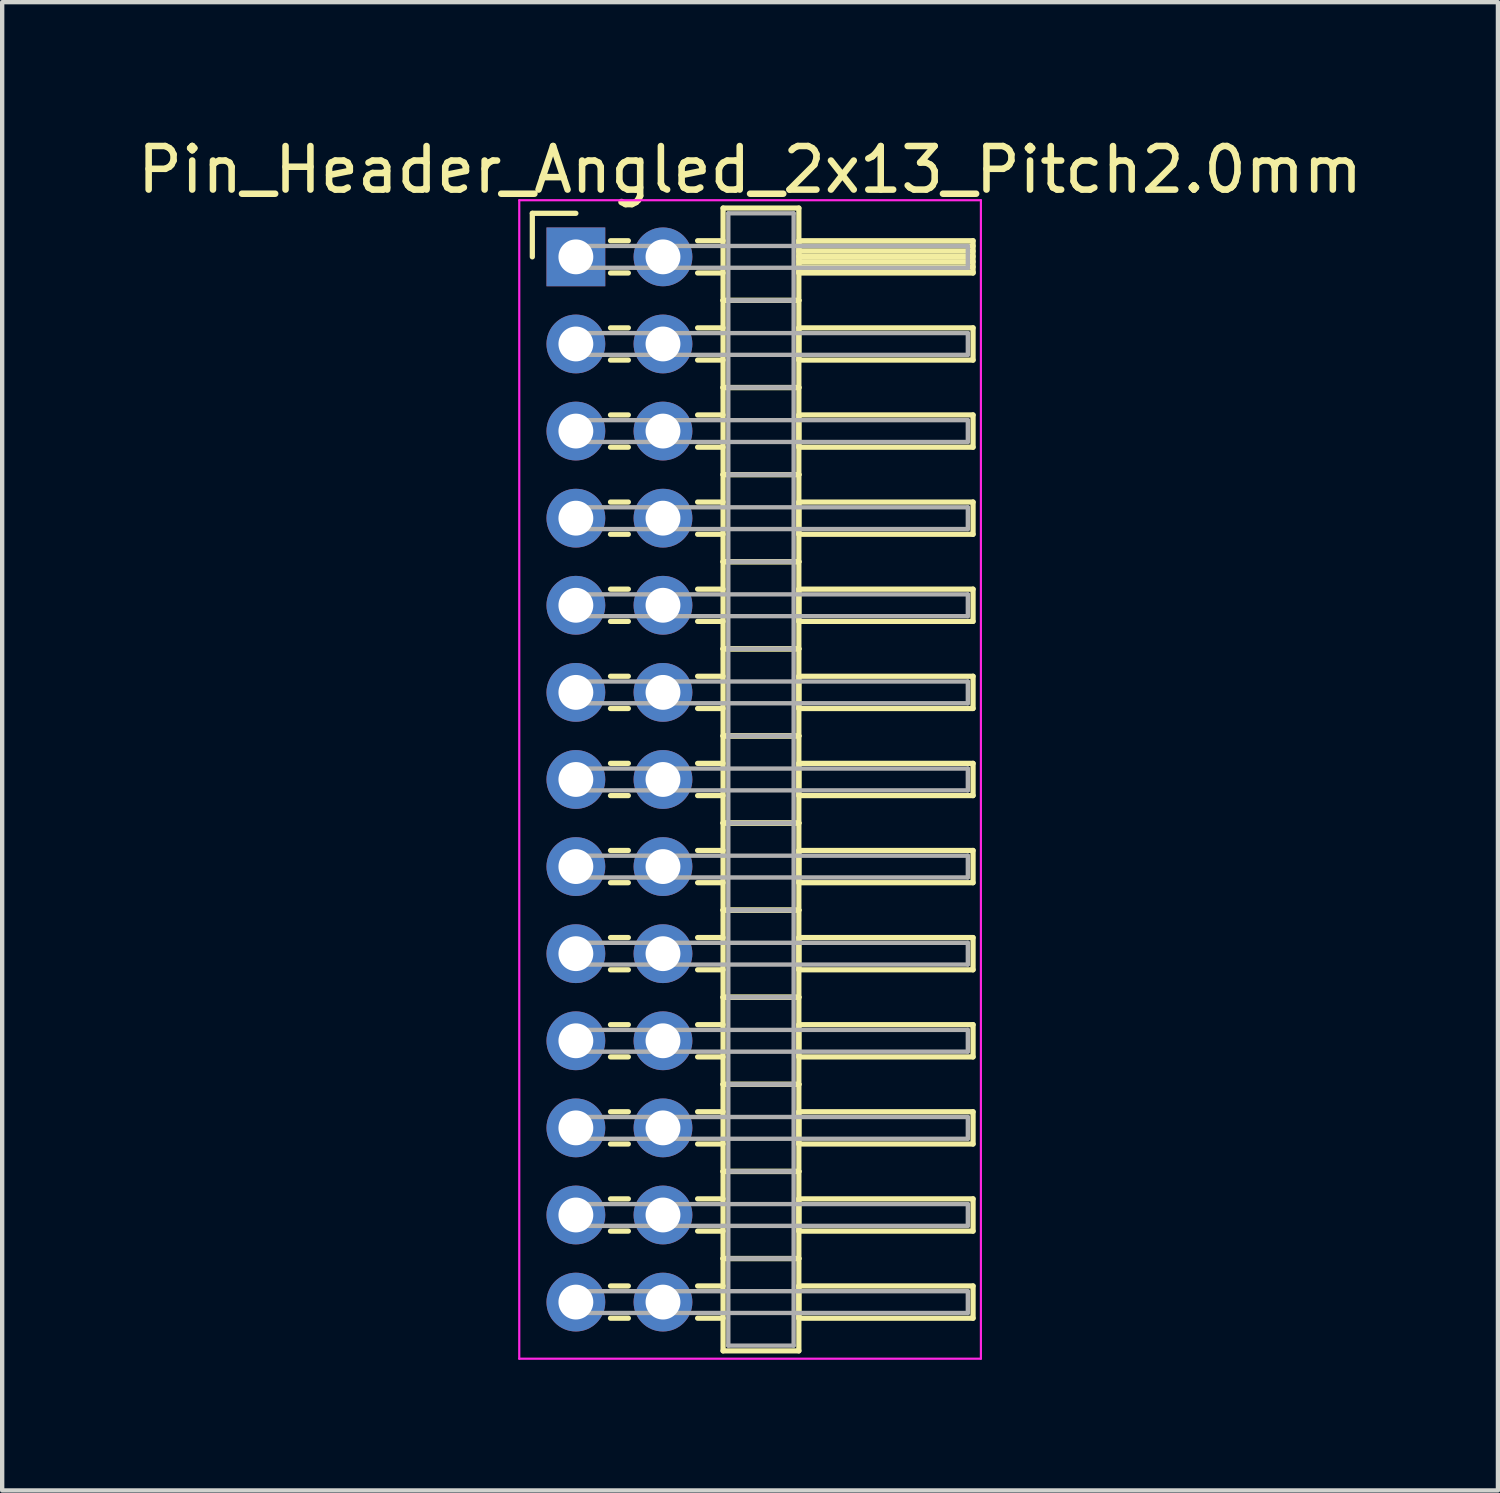
<source format=kicad_pcb>
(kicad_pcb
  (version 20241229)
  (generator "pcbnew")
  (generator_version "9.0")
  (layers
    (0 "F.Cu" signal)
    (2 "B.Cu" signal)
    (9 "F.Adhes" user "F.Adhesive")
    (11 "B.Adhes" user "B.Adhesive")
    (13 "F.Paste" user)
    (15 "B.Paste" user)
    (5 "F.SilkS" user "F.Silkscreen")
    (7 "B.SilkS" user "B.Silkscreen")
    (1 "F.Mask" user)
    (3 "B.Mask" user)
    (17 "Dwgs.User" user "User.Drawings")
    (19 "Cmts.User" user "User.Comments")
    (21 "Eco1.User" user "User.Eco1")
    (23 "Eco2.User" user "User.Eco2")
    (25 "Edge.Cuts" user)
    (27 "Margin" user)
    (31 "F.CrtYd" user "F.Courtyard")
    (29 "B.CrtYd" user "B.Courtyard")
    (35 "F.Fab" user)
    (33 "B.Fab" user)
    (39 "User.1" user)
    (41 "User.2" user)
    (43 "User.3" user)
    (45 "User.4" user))
  (footprint "Pin_Header_Angled_2x13_Pitch2.0mm"
    (layer "F.Cu")
    (at 10.173 2.848)
    (property "Reference" "Pin_Header_Angled_2x13_Pitch2.0mm" (at 4 -2 0) (layer "F.SilkS") (effects (font (size 1 1) (thickness 0.15))))
    (attr through_hole)
    (fp_line (start -1 -1) (end 0 -1) (stroke (width 0.12) (type solid)) (layer "F.SilkS"))
    (fp_line (start -1 0) (end -1 -1) (stroke (width 0.12) (type solid)) (layer "F.SilkS"))
    (fp_line (start 0.795 -0.37) (end 1.205 -0.37) (stroke (width 0.12) (type solid)) (layer "F.SilkS"))
    (fp_line (start 0.795 0.37) (end 1.205 0.37) (stroke (width 0.12) (type solid)) (layer "F.SilkS"))
    (fp_line (start 0.795 1.63) (end 1.205 1.63) (stroke (width 0.12) (type solid)) (layer "F.SilkS"))
    (fp_line (start 0.795 2.37) (end 1.205 2.37) (stroke (width 0.12) (type solid)) (layer "F.SilkS"))
    (fp_line (start 0.795 3.63) (end 1.205 3.63) (stroke (width 0.12) (type solid)) (layer "F.SilkS"))
    (fp_line (start 0.795 4.37) (end 1.205 4.37) (stroke (width 0.12) (type solid)) (layer "F.SilkS"))
    (fp_line (start 0.795 5.63) (end 1.205 5.63) (stroke (width 0.12) (type solid)) (layer "F.SilkS"))
    (fp_line (start 0.795 6.37) (end 1.205 6.37) (stroke (width 0.12) (type solid)) (layer "F.SilkS"))
    (fp_line (start 0.795 7.63) (end 1.205 7.63) (stroke (width 0.12) (type solid)) (layer "F.SilkS"))
    (fp_line (start 0.795 8.37) (end 1.205 8.37) (stroke (width 0.12) (type solid)) (layer "F.SilkS"))
    (fp_line (start 0.795 9.63) (end 1.205 9.63) (stroke (width 0.12) (type solid)) (layer "F.SilkS"))
    (fp_line (start 0.795 10.37) (end 1.205 10.37) (stroke (width 0.12) (type solid)) (layer "F.SilkS"))
    (fp_line (start 0.795 11.63) (end 1.205 11.63) (stroke (width 0.12) (type solid)) (layer "F.SilkS"))
    (fp_line (start 0.795 12.37) (end 1.205 12.37) (stroke (width 0.12) (type solid)) (layer "F.SilkS"))
    (fp_line (start 0.795 13.63) (end 1.205 13.63) (stroke (width 0.12) (type solid)) (layer "F.SilkS"))
    (fp_line (start 0.795 14.37) (end 1.205 14.37) (stroke (width 0.12) (type solid)) (layer "F.SilkS"))
    (fp_line (start 0.795 15.63) (end 1.205 15.63) (stroke (width 0.12) (type solid)) (layer "F.SilkS"))
    (fp_line (start 0.795 16.37) (end 1.205 16.37) (stroke (width 0.12) (type solid)) (layer "F.SilkS"))
    (fp_line (start 0.795 17.63) (end 1.205 17.63) (stroke (width 0.12) (type solid)) (layer "F.SilkS"))
    (fp_line (start 0.795 18.37) (end 1.205 18.37) (stroke (width 0.12) (type solid)) (layer "F.SilkS"))
    (fp_line (start 0.795 19.63) (end 1.205 19.63) (stroke (width 0.12) (type solid)) (layer "F.SilkS"))
    (fp_line (start 0.795 20.37) (end 1.205 20.37) (stroke (width 0.12) (type solid)) (layer "F.SilkS"))
    (fp_line (start 0.795 21.63) (end 1.205 21.63) (stroke (width 0.12) (type solid)) (layer "F.SilkS"))
    (fp_line (start 0.795 22.37) (end 1.205 22.37) (stroke (width 0.12) (type solid)) (layer "F.SilkS"))
    (fp_line (start 0.795 23.63) (end 1.205 23.63) (stroke (width 0.12) (type solid)) (layer "F.SilkS"))
    (fp_line (start 0.795 24.37) (end 1.205 24.37) (stroke (width 0.12) (type solid)) (layer "F.SilkS"))
    (fp_line (start 2.795 -0.37) (end 3.38 -0.37) (stroke (width 0.12) (type solid)) (layer "F.SilkS"))
    (fp_line (start 2.795 0.37) (end 3.38 0.37) (stroke (width 0.12) (type solid)) (layer "F.SilkS"))
    (fp_line (start 2.795 1.63) (end 3.38 1.63) (stroke (width 0.12) (type solid)) (layer "F.SilkS"))
    (fp_line (start 2.795 2.37) (end 3.38 2.37) (stroke (width 0.12) (type solid)) (layer "F.SilkS"))
    (fp_line (start 2.795 3.63) (end 3.38 3.63) (stroke (width 0.12) (type solid)) (layer "F.SilkS"))
    (fp_line (start 2.795 4.37) (end 3.38 4.37) (stroke (width 0.12) (type solid)) (layer "F.SilkS"))
    (fp_line (start 2.795 5.63) (end 3.38 5.63) (stroke (width 0.12) (type solid)) (layer "F.SilkS"))
    (fp_line (start 2.795 6.37) (end 3.38 6.37) (stroke (width 0.12) (type solid)) (layer "F.SilkS"))
    (fp_line (start 2.795 7.63) (end 3.38 7.63) (stroke (width 0.12) (type solid)) (layer "F.SilkS"))
    (fp_line (start 2.795 8.37) (end 3.38 8.37) (stroke (width 0.12) (type solid)) (layer "F.SilkS"))
    (fp_line (start 2.795 9.63) (end 3.38 9.63) (stroke (width 0.12) (type solid)) (layer "F.SilkS"))
    (fp_line (start 2.795 10.37) (end 3.38 10.37) (stroke (width 0.12) (type solid)) (layer "F.SilkS"))
    (fp_line (start 2.795 11.63) (end 3.38 11.63) (stroke (width 0.12) (type solid)) (layer "F.SilkS"))
    (fp_line (start 2.795 12.37) (end 3.38 12.37) (stroke (width 0.12) (type solid)) (layer "F.SilkS"))
    (fp_line (start 2.795 13.63) (end 3.38 13.63) (stroke (width 0.12) (type solid)) (layer "F.SilkS"))
    (fp_line (start 2.795 14.37) (end 3.38 14.37) (stroke (width 0.12) (type solid)) (layer "F.SilkS"))
    (fp_line (start 2.795 15.63) (end 3.38 15.63) (stroke (width 0.12) (type solid)) (layer "F.SilkS"))
    (fp_line (start 2.795 16.37) (end 3.38 16.37) (stroke (width 0.12) (type solid)) (layer "F.SilkS"))
    (fp_line (start 2.795 17.63) (end 3.38 17.63) (stroke (width 0.12) (type solid)) (layer "F.SilkS"))
    (fp_line (start 2.795 18.37) (end 3.38 18.37) (stroke (width 0.12) (type solid)) (layer "F.SilkS"))
    (fp_line (start 2.795 19.63) (end 3.38 19.63) (stroke (width 0.12) (type solid)) (layer "F.SilkS"))
    (fp_line (start 2.795 20.37) (end 3.38 20.37) (stroke (width 0.12) (type solid)) (layer "F.SilkS"))
    (fp_line (start 2.795 21.63) (end 3.38 21.63) (stroke (width 0.12) (type solid)) (layer "F.SilkS"))
    (fp_line (start 2.795 22.37) (end 3.38 22.37) (stroke (width 0.12) (type solid)) (layer "F.SilkS"))
    (fp_line (start 2.795 23.63) (end 3.38 23.63) (stroke (width 0.12) (type solid)) (layer "F.SilkS"))
    (fp_line (start 2.795 24.37) (end 3.38 24.37) (stroke (width 0.12) (type solid)) (layer "F.SilkS"))
    (fp_line (start 3.38 -1.12) (end 3.38 1) (stroke (width 0.12) (type solid)) (layer "F.SilkS"))
    (fp_line (start 3.38 1) (end 3.38 3) (stroke (width 0.12) (type solid)) (layer "F.SilkS"))
    (fp_line (start 3.38 1) (end 5.12 1) (stroke (width 0.12) (type solid)) (layer "F.SilkS"))
    (fp_line (start 3.38 3) (end 3.38 5) (stroke (width 0.12) (type solid)) (layer "F.SilkS"))
    (fp_line (start 3.38 3) (end 5.12 3) (stroke (width 0.12) (type solid)) (layer "F.SilkS"))
    (fp_line (start 3.38 5) (end 3.38 7) (stroke (width 0.12) (type solid)) (layer "F.SilkS"))
    (fp_line (start 3.38 5) (end 5.12 5) (stroke (width 0.12) (type solid)) (layer "F.SilkS"))
    (fp_line (start 3.38 7) (end 3.38 9) (stroke (width 0.12) (type solid)) (layer "F.SilkS"))
    (fp_line (start 3.38 7) (end 5.12 7) (stroke (width 0.12) (type solid)) (layer "F.SilkS"))
    (fp_line (start 3.38 9) (end 3.38 11) (stroke (width 0.12) (type solid)) (layer "F.SilkS"))
    (fp_line (start 3.38 9) (end 5.12 9) (stroke (width 0.12) (type solid)) (layer "F.SilkS"))
    (fp_line (start 3.38 11) (end 3.38 13) (stroke (width 0.12) (type solid)) (layer "F.SilkS"))
    (fp_line (start 3.38 11) (end 5.12 11) (stroke (width 0.12) (type solid)) (layer "F.SilkS"))
    (fp_line (start 3.38 13) (end 3.38 15) (stroke (width 0.12) (type solid)) (layer "F.SilkS"))
    (fp_line (start 3.38 13) (end 5.12 13) (stroke (width 0.12) (type solid)) (layer "F.SilkS"))
    (fp_line (start 3.38 15) (end 3.38 17) (stroke (width 0.12) (type solid)) (layer "F.SilkS"))
    (fp_line (start 3.38 15) (end 5.12 15) (stroke (width 0.12) (type solid)) (layer "F.SilkS"))
    (fp_line (start 3.38 17) (end 3.38 19) (stroke (width 0.12) (type solid)) (layer "F.SilkS"))
    (fp_line (start 3.38 17) (end 5.12 17) (stroke (width 0.12) (type solid)) (layer "F.SilkS"))
    (fp_line (start 3.38 19) (end 3.38 21) (stroke (width 0.12) (type solid)) (layer "F.SilkS"))
    (fp_line (start 3.38 19) (end 5.12 19) (stroke (width 0.12) (type solid)) (layer "F.SilkS"))
    (fp_line (start 3.38 21) (end 3.38 23) (stroke (width 0.12) (type solid)) (layer "F.SilkS"))
    (fp_line (start 3.38 21) (end 5.12 21) (stroke (width 0.12) (type solid)) (layer "F.SilkS"))
    (fp_line (start 3.38 23) (end 3.38 25.12) (stroke (width 0.12) (type solid)) (layer "F.SilkS"))
    (fp_line (start 3.38 23) (end 5.12 23) (stroke (width 0.12) (type solid)) (layer "F.SilkS"))
    (fp_line (start 3.38 25.12) (end 5.12 25.12) (stroke (width 0.12) (type solid)) (layer "F.SilkS"))
    (fp_line (start 5.12 -1.12) (end 3.38 -1.12) (stroke (width 0.12) (type solid)) (layer "F.SilkS"))
    (fp_line (start 5.12 -0.37) (end 5.12 0.37) (stroke (width 0.12) (type solid)) (layer "F.SilkS"))
    (fp_line (start 5.12 -0.25) (end 9.12 -0.25) (stroke (width 0.12) (type solid)) (layer "F.SilkS"))
    (fp_line (start 5.12 -0.13) (end 9.12 -0.13) (stroke (width 0.12) (type solid)) (layer "F.SilkS"))
    (fp_line (start 5.12 -0.01) (end 9.12 -0.01) (stroke (width 0.12) (type solid)) (layer "F.SilkS"))
    (fp_line (start 5.12 0.11) (end 9.12 0.11) (stroke (width 0.12) (type solid)) (layer "F.SilkS"))
    (fp_line (start 5.12 0.23) (end 9.12 0.23) (stroke (width 0.12) (type solid)) (layer "F.SilkS"))
    (fp_line (start 5.12 0.35) (end 9.12 0.35) (stroke (width 0.12) (type solid)) (layer "F.SilkS"))
    (fp_line (start 5.12 0.37) (end 9.12 0.37) (stroke (width 0.12) (type solid)) (layer "F.SilkS"))
    (fp_line (start 5.12 1) (end 3.38 1) (stroke (width 0.12) (type solid)) (layer "F.SilkS"))
    (fp_line (start 5.12 1) (end 5.12 -1.12) (stroke (width 0.12) (type solid)) (layer "F.SilkS"))
    (fp_line (start 5.12 1.63) (end 5.12 2.37) (stroke (width 0.12) (type solid)) (layer "F.SilkS"))
    (fp_line (start 5.12 2.37) (end 9.12 2.37) (stroke (width 0.12) (type solid)) (layer "F.SilkS"))
    (fp_line (start 5.12 3) (end 3.38 3) (stroke (width 0.12) (type solid)) (layer "F.SilkS"))
    (fp_line (start 5.12 3) (end 5.12 1) (stroke (width 0.12) (type solid)) (layer "F.SilkS"))
    (fp_line (start 5.12 3.63) (end 5.12 4.37) (stroke (width 0.12) (type solid)) (layer "F.SilkS"))
    (fp_line (start 5.12 4.37) (end 9.12 4.37) (stroke (width 0.12) (type solid)) (layer "F.SilkS"))
    (fp_line (start 5.12 5) (end 3.38 5) (stroke (width 0.12) (type solid)) (layer "F.SilkS"))
    (fp_line (start 5.12 5) (end 5.12 3) (stroke (width 0.12) (type solid)) (layer "F.SilkS"))
    (fp_line (start 5.12 5.63) (end 5.12 6.37) (stroke (width 0.12) (type solid)) (layer "F.SilkS"))
    (fp_line (start 5.12 6.37) (end 9.12 6.37) (stroke (width 0.12) (type solid)) (layer "F.SilkS"))
    (fp_line (start 5.12 7) (end 3.38 7) (stroke (width 0.12) (type solid)) (layer "F.SilkS"))
    (fp_line (start 5.12 7) (end 5.12 5) (stroke (width 0.12) (type solid)) (layer "F.SilkS"))
    (fp_line (start 5.12 7.63) (end 5.12 8.37) (stroke (width 0.12) (type solid)) (layer "F.SilkS"))
    (fp_line (start 5.12 8.37) (end 9.12 8.37) (stroke (width 0.12) (type solid)) (layer "F.SilkS"))
    (fp_line (start 5.12 9) (end 3.38 9) (stroke (width 0.12) (type solid)) (layer "F.SilkS"))
    (fp_line (start 5.12 9) (end 5.12 7) (stroke (width 0.12) (type solid)) (layer "F.SilkS"))
    (fp_line (start 5.12 9.63) (end 5.12 10.37) (stroke (width 0.12) (type solid)) (layer "F.SilkS"))
    (fp_line (start 5.12 10.37) (end 9.12 10.37) (stroke (width 0.12) (type solid)) (layer "F.SilkS"))
    (fp_line (start 5.12 11) (end 3.38 11) (stroke (width 0.12) (type solid)) (layer "F.SilkS"))
    (fp_line (start 5.12 11) (end 5.12 9) (stroke (width 0.12) (type solid)) (layer "F.SilkS"))
    (fp_line (start 5.12 11.63) (end 5.12 12.37) (stroke (width 0.12) (type solid)) (layer "F.SilkS"))
    (fp_line (start 5.12 12.37) (end 9.12 12.37) (stroke (width 0.12) (type solid)) (layer "F.SilkS"))
    (fp_line (start 5.12 13) (end 3.38 13) (stroke (width 0.12) (type solid)) (layer "F.SilkS"))
    (fp_line (start 5.12 13) (end 5.12 11) (stroke (width 0.12) (type solid)) (layer "F.SilkS"))
    (fp_line (start 5.12 13.63) (end 5.12 14.37) (stroke (width 0.12) (type solid)) (layer "F.SilkS"))
    (fp_line (start 5.12 14.37) (end 9.12 14.37) (stroke (width 0.12) (type solid)) (layer "F.SilkS"))
    (fp_line (start 5.12 15) (end 3.38 15) (stroke (width 0.12) (type solid)) (layer "F.SilkS"))
    (fp_line (start 5.12 15) (end 5.12 13) (stroke (width 0.12) (type solid)) (layer "F.SilkS"))
    (fp_line (start 5.12 15.63) (end 5.12 16.37) (stroke (width 0.12) (type solid)) (layer "F.SilkS"))
    (fp_line (start 5.12 16.37) (end 9.12 16.37) (stroke (width 0.12) (type solid)) (layer "F.SilkS"))
    (fp_line (start 5.12 17) (end 3.38 17) (stroke (width 0.12) (type solid)) (layer "F.SilkS"))
    (fp_line (start 5.12 17) (end 5.12 15) (stroke (width 0.12) (type solid)) (layer "F.SilkS"))
    (fp_line (start 5.12 17.63) (end 5.12 18.37) (stroke (width 0.12) (type solid)) (layer "F.SilkS"))
    (fp_line (start 5.12 18.37) (end 9.12 18.37) (stroke (width 0.12) (type solid)) (layer "F.SilkS"))
    (fp_line (start 5.12 19) (end 3.38 19) (stroke (width 0.12) (type solid)) (layer "F.SilkS"))
    (fp_line (start 5.12 19) (end 5.12 17) (stroke (width 0.12) (type solid)) (layer "F.SilkS"))
    (fp_line (start 5.12 19.63) (end 5.12 20.37) (stroke (width 0.12) (type solid)) (layer "F.SilkS"))
    (fp_line (start 5.12 20.37) (end 9.12 20.37) (stroke (width 0.12) (type solid)) (layer "F.SilkS"))
    (fp_line (start 5.12 21) (end 3.38 21) (stroke (width 0.12) (type solid)) (layer "F.SilkS"))
    (fp_line (start 5.12 21) (end 5.12 19) (stroke (width 0.12) (type solid)) (layer "F.SilkS"))
    (fp_line (start 5.12 21.63) (end 5.12 22.37) (stroke (width 0.12) (type solid)) (layer "F.SilkS"))
    (fp_line (start 5.12 22.37) (end 9.12 22.37) (stroke (width 0.12) (type solid)) (layer "F.SilkS"))
    (fp_line (start 5.12 23) (end 3.38 23) (stroke (width 0.12) (type solid)) (layer "F.SilkS"))
    (fp_line (start 5.12 23) (end 5.12 21) (stroke (width 0.12) (type solid)) (layer "F.SilkS"))
    (fp_line (start 5.12 23.63) (end 5.12 24.37) (stroke (width 0.12) (type solid)) (layer "F.SilkS"))
    (fp_line (start 5.12 24.37) (end 9.12 24.37) (stroke (width 0.12) (type solid)) (layer "F.SilkS"))
    (fp_line (start 5.12 25.12) (end 5.12 23) (stroke (width 0.12) (type solid)) (layer "F.SilkS"))
    (fp_line (start 9.12 -0.37) (end 5.12 -0.37) (stroke (width 0.12) (type solid)) (layer "F.SilkS"))
    (fp_line (start 9.12 0.37) (end 9.12 -0.37) (stroke (width 0.12) (type solid)) (layer "F.SilkS"))
    (fp_line (start 9.12 1.63) (end 5.12 1.63) (stroke (width 0.12) (type solid)) (layer "F.SilkS"))
    (fp_line (start 9.12 2.37) (end 9.12 1.63) (stroke (width 0.12) (type solid)) (layer "F.SilkS"))
    (fp_line (start 9.12 3.63) (end 5.12 3.63) (stroke (width 0.12) (type solid)) (layer "F.SilkS"))
    (fp_line (start 9.12 4.37) (end 9.12 3.63) (stroke (width 0.12) (type solid)) (layer "F.SilkS"))
    (fp_line (start 9.12 5.63) (end 5.12 5.63) (stroke (width 0.12) (type solid)) (layer "F.SilkS"))
    (fp_line (start 9.12 6.37) (end 9.12 5.63) (stroke (width 0.12) (type solid)) (layer "F.SilkS"))
    (fp_line (start 9.12 7.63) (end 5.12 7.63) (stroke (width 0.12) (type solid)) (layer "F.SilkS"))
    (fp_line (start 9.12 8.37) (end 9.12 7.63) (stroke (width 0.12) (type solid)) (layer "F.SilkS"))
    (fp_line (start 9.12 9.63) (end 5.12 9.63) (stroke (width 0.12) (type solid)) (layer "F.SilkS"))
    (fp_line (start 9.12 10.37) (end 9.12 9.63) (stroke (width 0.12) (type solid)) (layer "F.SilkS"))
    (fp_line (start 9.12 11.63) (end 5.12 11.63) (stroke (width 0.12) (type solid)) (layer "F.SilkS"))
    (fp_line (start 9.12 12.37) (end 9.12 11.63) (stroke (width 0.12) (type solid)) (layer "F.SilkS"))
    (fp_line (start 9.12 13.63) (end 5.12 13.63) (stroke (width 0.12) (type solid)) (layer "F.SilkS"))
    (fp_line (start 9.12 14.37) (end 9.12 13.63) (stroke (width 0.12) (type solid)) (layer "F.SilkS"))
    (fp_line (start 9.12 15.63) (end 5.12 15.63) (stroke (width 0.12) (type solid)) (layer "F.SilkS"))
    (fp_line (start 9.12 16.37) (end 9.12 15.63) (stroke (width 0.12) (type solid)) (layer "F.SilkS"))
    (fp_line (start 9.12 17.63) (end 5.12 17.63) (stroke (width 0.12) (type solid)) (layer "F.SilkS"))
    (fp_line (start 9.12 18.37) (end 9.12 17.63) (stroke (width 0.12) (type solid)) (layer "F.SilkS"))
    (fp_line (start 9.12 19.63) (end 5.12 19.63) (stroke (width 0.12) (type solid)) (layer "F.SilkS"))
    (fp_line (start 9.12 20.37) (end 9.12 19.63) (stroke (width 0.12) (type solid)) (layer "F.SilkS"))
    (fp_line (start 9.12 21.63) (end 5.12 21.63) (stroke (width 0.12) (type solid)) (layer "F.SilkS"))
    (fp_line (start 9.12 22.37) (end 9.12 21.63) (stroke (width 0.12) (type solid)) (layer "F.SilkS"))
    (fp_line (start 9.12 23.63) (end 5.12 23.63) (stroke (width 0.12) (type solid)) (layer "F.SilkS"))
    (fp_line (start 9.12 24.37) (end 9.12 23.63) (stroke (width 0.12) (type solid)) (layer "F.SilkS"))
    (fp_line (start -1.3 -1.3) (end -1.3 25.3) (stroke (width 0.05) (type solid)) (layer "F.CrtYd"))
    (fp_line (start -1.3 25.3) (end 9.3 25.3) (stroke (width 0.05) (type solid)) (layer "F.CrtYd"))
    (fp_line (start 9.3 -1.3) (end -1.3 -1.3) (stroke (width 0.05) (type solid)) (layer "F.CrtYd"))
    (fp_line (start 9.3 25.3) (end 9.3 -1.3) (stroke (width 0.05) (type solid)) (layer "F.CrtYd"))
    (fp_line (start 0 -0.25) (end 0 0.25) (stroke (width 0.1) (type solid)) (layer "F.Fab"))
    (fp_line (start 0 0.25) (end 9 0.25) (stroke (width 0.1) (type solid)) (layer "F.Fab"))
    (fp_line (start 0 1.75) (end 0 2.25) (stroke (width 0.1) (type solid)) (layer "F.Fab"))
    (fp_line (start 0 2.25) (end 9 2.25) (stroke (width 0.1) (type solid)) (layer "F.Fab"))
    (fp_line (start 0 3.75) (end 0 4.25) (stroke (width 0.1) (type solid)) (layer "F.Fab"))
    (fp_line (start 0 4.25) (end 9 4.25) (stroke (width 0.1) (type solid)) (layer "F.Fab"))
    (fp_line (start 0 5.75) (end 0 6.25) (stroke (width 0.1) (type solid)) (layer "F.Fab"))
    (fp_line (start 0 6.25) (end 9 6.25) (stroke (width 0.1) (type solid)) (layer "F.Fab"))
    (fp_line (start 0 7.75) (end 0 8.25) (stroke (width 0.1) (type solid)) (layer "F.Fab"))
    (fp_line (start 0 8.25) (end 9 8.25) (stroke (width 0.1) (type solid)) (layer "F.Fab"))
    (fp_line (start 0 9.75) (end 0 10.25) (stroke (width 0.1) (type solid)) (layer "F.Fab"))
    (fp_line (start 0 10.25) (end 9 10.25) (stroke (width 0.1) (type solid)) (layer "F.Fab"))
    (fp_line (start 0 11.75) (end 0 12.25) (stroke (width 0.1) (type solid)) (layer "F.Fab"))
    (fp_line (start 0 12.25) (end 9 12.25) (stroke (width 0.1) (type solid)) (layer "F.Fab"))
    (fp_line (start 0 13.75) (end 0 14.25) (stroke (width 0.1) (type solid)) (layer "F.Fab"))
    (fp_line (start 0 14.25) (end 9 14.25) (stroke (width 0.1) (type solid)) (layer "F.Fab"))
    (fp_line (start 0 15.75) (end 0 16.25) (stroke (width 0.1) (type solid)) (layer "F.Fab"))
    (fp_line (start 0 16.25) (end 9 16.25) (stroke (width 0.1) (type solid)) (layer "F.Fab"))
    (fp_line (start 0 17.75) (end 0 18.25) (stroke (width 0.1) (type solid)) (layer "F.Fab"))
    (fp_line (start 0 18.25) (end 9 18.25) (stroke (width 0.1) (type solid)) (layer "F.Fab"))
    (fp_line (start 0 19.75) (end 0 20.25) (stroke (width 0.1) (type solid)) (layer "F.Fab"))
    (fp_line (start 0 20.25) (end 9 20.25) (stroke (width 0.1) (type solid)) (layer "F.Fab"))
    (fp_line (start 0 21.75) (end 0 22.25) (stroke (width 0.1) (type solid)) (layer "F.Fab"))
    (fp_line (start 0 22.25) (end 9 22.25) (stroke (width 0.1) (type solid)) (layer "F.Fab"))
    (fp_line (start 0 23.75) (end 0 24.25) (stroke (width 0.1) (type solid)) (layer "F.Fab"))
    (fp_line (start 0 24.25) (end 9 24.25) (stroke (width 0.1) (type solid)) (layer "F.Fab"))
    (fp_line (start 3.5 -1) (end 3.5 1) (stroke (width 0.1) (type solid)) (layer "F.Fab"))
    (fp_line (start 3.5 1) (end 3.5 3) (stroke (width 0.1) (type solid)) (layer "F.Fab"))
    (fp_line (start 3.5 1) (end 5 1) (stroke (width 0.1) (type solid)) (layer "F.Fab"))
    (fp_line (start 3.5 3) (end 3.5 5) (stroke (width 0.1) (type solid)) (layer "F.Fab"))
    (fp_line (start 3.5 3) (end 5 3) (stroke (width 0.1) (type solid)) (layer "F.Fab"))
    (fp_line (start 3.5 5) (end 3.5 7) (stroke (width 0.1) (type solid)) (layer "F.Fab"))
    (fp_line (start 3.5 5) (end 5 5) (stroke (width 0.1) (type solid)) (layer "F.Fab"))
    (fp_line (start 3.5 7) (end 3.5 9) (stroke (width 0.1) (type solid)) (layer "F.Fab"))
    (fp_line (start 3.5 7) (end 5 7) (stroke (width 0.1) (type solid)) (layer "F.Fab"))
    (fp_line (start 3.5 9) (end 3.5 11) (stroke (width 0.1) (type solid)) (layer "F.Fab"))
    (fp_line (start 3.5 9) (end 5 9) (stroke (width 0.1) (type solid)) (layer "F.Fab"))
    (fp_line (start 3.5 11) (end 3.5 13) (stroke (width 0.1) (type solid)) (layer "F.Fab"))
    (fp_line (start 3.5 11) (end 5 11) (stroke (width 0.1) (type solid)) (layer "F.Fab"))
    (fp_line (start 3.5 13) (end 3.5 15) (stroke (width 0.1) (type solid)) (layer "F.Fab"))
    (fp_line (start 3.5 13) (end 5 13) (stroke (width 0.1) (type solid)) (layer "F.Fab"))
    (fp_line (start 3.5 15) (end 3.5 17) (stroke (width 0.1) (type solid)) (layer "F.Fab"))
    (fp_line (start 3.5 15) (end 5 15) (stroke (width 0.1) (type solid)) (layer "F.Fab"))
    (fp_line (start 3.5 17) (end 3.5 19) (stroke (width 0.1) (type solid)) (layer "F.Fab"))
    (fp_line (start 3.5 17) (end 5 17) (stroke (width 0.1) (type solid)) (layer "F.Fab"))
    (fp_line (start 3.5 19) (end 3.5 21) (stroke (width 0.1) (type solid)) (layer "F.Fab"))
    (fp_line (start 3.5 19) (end 5 19) (stroke (width 0.1) (type solid)) (layer "F.Fab"))
    (fp_line (start 3.5 21) (end 3.5 23) (stroke (width 0.1) (type solid)) (layer "F.Fab"))
    (fp_line (start 3.5 21) (end 5 21) (stroke (width 0.1) (type solid)) (layer "F.Fab"))
    (fp_line (start 3.5 23) (end 3.5 25) (stroke (width 0.1) (type solid)) (layer "F.Fab"))
    (fp_line (start 3.5 23) (end 5 23) (stroke (width 0.1) (type solid)) (layer "F.Fab"))
    (fp_line (start 3.5 25) (end 5 25) (stroke (width 0.1) (type solid)) (layer "F.Fab"))
    (fp_line (start 5 -1) (end 3.5 -1) (stroke (width 0.1) (type solid)) (layer "F.Fab"))
    (fp_line (start 5 1) (end 3.5 1) (stroke (width 0.1) (type solid)) (layer "F.Fab"))
    (fp_line (start 5 1) (end 5 -1) (stroke (width 0.1) (type solid)) (layer "F.Fab"))
    (fp_line (start 5 3) (end 3.5 3) (stroke (width 0.1) (type solid)) (layer "F.Fab"))
    (fp_line (start 5 3) (end 5 1) (stroke (width 0.1) (type solid)) (layer "F.Fab"))
    (fp_line (start 5 5) (end 3.5 5) (stroke (width 0.1) (type solid)) (layer "F.Fab"))
    (fp_line (start 5 5) (end 5 3) (stroke (width 0.1) (type solid)) (layer "F.Fab"))
    (fp_line (start 5 7) (end 3.5 7) (stroke (width 0.1) (type solid)) (layer "F.Fab"))
    (fp_line (start 5 7) (end 5 5) (stroke (width 0.1) (type solid)) (layer "F.Fab"))
    (fp_line (start 5 9) (end 3.5 9) (stroke (width 0.1) (type solid)) (layer "F.Fab"))
    (fp_line (start 5 9) (end 5 7) (stroke (width 0.1) (type solid)) (layer "F.Fab"))
    (fp_line (start 5 11) (end 3.5 11) (stroke (width 0.1) (type solid)) (layer "F.Fab"))
    (fp_line (start 5 11) (end 5 9) (stroke (width 0.1) (type solid)) (layer "F.Fab"))
    (fp_line (start 5 13) (end 3.5 13) (stroke (width 0.1) (type solid)) (layer "F.Fab"))
    (fp_line (start 5 13) (end 5 11) (stroke (width 0.1) (type solid)) (layer "F.Fab"))
    (fp_line (start 5 15) (end 3.5 15) (stroke (width 0.1) (type solid)) (layer "F.Fab"))
    (fp_line (start 5 15) (end 5 13) (stroke (width 0.1) (type solid)) (layer "F.Fab"))
    (fp_line (start 5 17) (end 3.5 17) (stroke (width 0.1) (type solid)) (layer "F.Fab"))
    (fp_line (start 5 17) (end 5 15) (stroke (width 0.1) (type solid)) (layer "F.Fab"))
    (fp_line (start 5 19) (end 3.5 19) (stroke (width 0.1) (type solid)) (layer "F.Fab"))
    (fp_line (start 5 19) (end 5 17) (stroke (width 0.1) (type solid)) (layer "F.Fab"))
    (fp_line (start 5 21) (end 3.5 21) (stroke (width 0.1) (type solid)) (layer "F.Fab"))
    (fp_line (start 5 21) (end 5 19) (stroke (width 0.1) (type solid)) (layer "F.Fab"))
    (fp_line (start 5 23) (end 3.5 23) (stroke (width 0.1) (type solid)) (layer "F.Fab"))
    (fp_line (start 5 23) (end 5 21) (stroke (width 0.1) (type solid)) (layer "F.Fab"))
    (fp_line (start 5 25) (end 5 23) (stroke (width 0.1) (type solid)) (layer "F.Fab"))
    (fp_line (start 9 -0.25) (end 0 -0.25) (stroke (width 0.1) (type solid)) (layer "F.Fab"))
    (fp_line (start 9 0.25) (end 9 -0.25) (stroke (width 0.1) (type solid)) (layer "F.Fab"))
    (fp_line (start 9 1.75) (end 0 1.75) (stroke (width 0.1) (type solid)) (layer "F.Fab"))
    (fp_line (start 9 2.25) (end 9 1.75) (stroke (width 0.1) (type solid)) (layer "F.Fab"))
    (fp_line (start 9 3.75) (end 0 3.75) (stroke (width 0.1) (type solid)) (layer "F.Fab"))
    (fp_line (start 9 4.25) (end 9 3.75) (stroke (width 0.1) (type solid)) (layer "F.Fab"))
    (fp_line (start 9 5.75) (end 0 5.75) (stroke (width 0.1) (type solid)) (layer "F.Fab"))
    (fp_line (start 9 6.25) (end 9 5.75) (stroke (width 0.1) (type solid)) (layer "F.Fab"))
    (fp_line (start 9 7.75) (end 0 7.75) (stroke (width 0.1) (type solid)) (layer "F.Fab"))
    (fp_line (start 9 8.25) (end 9 7.75) (stroke (width 0.1) (type solid)) (layer "F.Fab"))
    (fp_line (start 9 9.75) (end 0 9.75) (stroke (width 0.1) (type solid)) (layer "F.Fab"))
    (fp_line (start 9 10.25) (end 9 9.75) (stroke (width 0.1) (type solid)) (layer "F.Fab"))
    (fp_line (start 9 11.75) (end 0 11.75) (stroke (width 0.1) (type solid)) (layer "F.Fab"))
    (fp_line (start 9 12.25) (end 9 11.75) (stroke (width 0.1) (type solid)) (layer "F.Fab"))
    (fp_line (start 9 13.75) (end 0 13.75) (stroke (width 0.1) (type solid)) (layer "F.Fab"))
    (fp_line (start 9 14.25) (end 9 13.75) (stroke (width 0.1) (type solid)) (layer "F.Fab"))
    (fp_line (start 9 15.75) (end 0 15.75) (stroke (width 0.1) (type solid)) (layer "F.Fab"))
    (fp_line (start 9 16.25) (end 9 15.75) (stroke (width 0.1) (type solid)) (layer "F.Fab"))
    (fp_line (start 9 17.75) (end 0 17.75) (stroke (width 0.1) (type solid)) (layer "F.Fab"))
    (fp_line (start 9 18.25) (end 9 17.75) (stroke (width 0.1) (type solid)) (layer "F.Fab"))
    (fp_line (start 9 19.75) (end 0 19.75) (stroke (width 0.1) (type solid)) (layer "F.Fab"))
    (fp_line (start 9 20.25) (end 9 19.75) (stroke (width 0.1) (type solid)) (layer "F.Fab"))
    (fp_line (start 9 21.75) (end 0 21.75) (stroke (width 0.1) (type solid)) (layer "F.Fab"))
    (fp_line (start 9 22.25) (end 9 21.75) (stroke (width 0.1) (type solid)) (layer "F.Fab"))
    (fp_line (start 9 23.75) (end 0 23.75) (stroke (width 0.1) (type solid)) (layer "F.Fab"))
    (fp_line (start 9 24.25) (end 9 23.75) (stroke (width 0.1) (type solid)) (layer "F.Fab"))
    (pad "1" thru_hole rect (at 0 0) (size 1.35 1.35) (drill 0.8) (layers "*.Cu" "*.Mask"))
    (pad "2" thru_hole oval (at 2 0) (size 1.35 1.35) (drill 0.8) (layers "*.Cu" "*.Mask"))
    (pad "3" thru_hole oval (at 0 2) (size 1.35 1.35) (drill 0.8) (layers "*.Cu" "*.Mask"))
    (pad "4" thru_hole oval (at 2 2) (size 1.35 1.35) (drill 0.8) (layers "*.Cu" "*.Mask"))
    (pad "5" thru_hole oval (at 0 4) (size 1.35 1.35) (drill 0.8) (layers "*.Cu" "*.Mask"))
    (pad "6" thru_hole oval (at 2 4) (size 1.35 1.35) (drill 0.8) (layers "*.Cu" "*.Mask"))
    (pad "7" thru_hole oval (at 0 6) (size 1.35 1.35) (drill 0.8) (layers "*.Cu" "*.Mask"))
    (pad "8" thru_hole oval (at 2 6) (size 1.35 1.35) (drill 0.8) (layers "*.Cu" "*.Mask"))
    (pad "9" thru_hole oval (at 0 8) (size 1.35 1.35) (drill 0.8) (layers "*.Cu" "*.Mask"))
    (pad "10" thru_hole oval (at 2 8) (size 1.35 1.35) (drill 0.8) (layers "*.Cu" "*.Mask"))
    (pad "11" thru_hole oval (at 0 10) (size 1.35 1.35) (drill 0.8) (layers "*.Cu" "*.Mask"))
    (pad "12" thru_hole oval (at 2 10) (size 1.35 1.35) (drill 0.8) (layers "*.Cu" "*.Mask"))
    (pad "13" thru_hole oval (at 0 12) (size 1.35 1.35) (drill 0.8) (layers "*.Cu" "*.Mask"))
    (pad "14" thru_hole oval (at 2 12) (size 1.35 1.35) (drill 0.8) (layers "*.Cu" "*.Mask"))
    (pad "15" thru_hole oval (at 0 14) (size 1.35 1.35) (drill 0.8) (layers "*.Cu" "*.Mask"))
    (pad "16" thru_hole oval (at 2 14) (size 1.35 1.35) (drill 0.8) (layers "*.Cu" "*.Mask"))
    (pad "17" thru_hole oval (at 0 16) (size 1.35 1.35) (drill 0.8) (layers "*.Cu" "*.Mask"))
    (pad "18" thru_hole oval (at 2 16) (size 1.35 1.35) (drill 0.8) (layers "*.Cu" "*.Mask"))
    (pad "19" thru_hole oval (at 0 18) (size 1.35 1.35) (drill 0.8) (layers "*.Cu" "*.Mask"))
    (pad "20" thru_hole oval (at 2 18) (size 1.35 1.35) (drill 0.8) (layers "*.Cu" "*.Mask"))
    (pad "21" thru_hole oval (at 0 20) (size 1.35 1.35) (drill 0.8) (layers "*.Cu" "*.Mask"))
    (pad "22" thru_hole oval (at 2 20) (size 1.35 1.35) (drill 0.8) (layers "*.Cu" "*.Mask"))
    (pad "23" thru_hole oval (at 0 22) (size 1.35 1.35) (drill 0.8) (layers "*.Cu" "*.Mask"))
    (pad "24" thru_hole oval (at 2 22) (size 1.35 1.35) (drill 0.8) (layers "*.Cu" "*.Mask"))
    (pad "25" thru_hole oval (at 0 24) (size 1.35 1.35) (drill 0.8) (layers "*.Cu" "*.Mask"))
    (pad "26" thru_hole oval (at 2 24) (size 1.35 1.35) (drill 0.8) (layers "*.Cu" "*.Mask")))
  (gr_rect
    (start -3 -3)
    (end 31.345 31.173)
    (stroke (width 0.1) (type default))
    (fill no)
    (layer "Edge.Cuts")))
</source>
